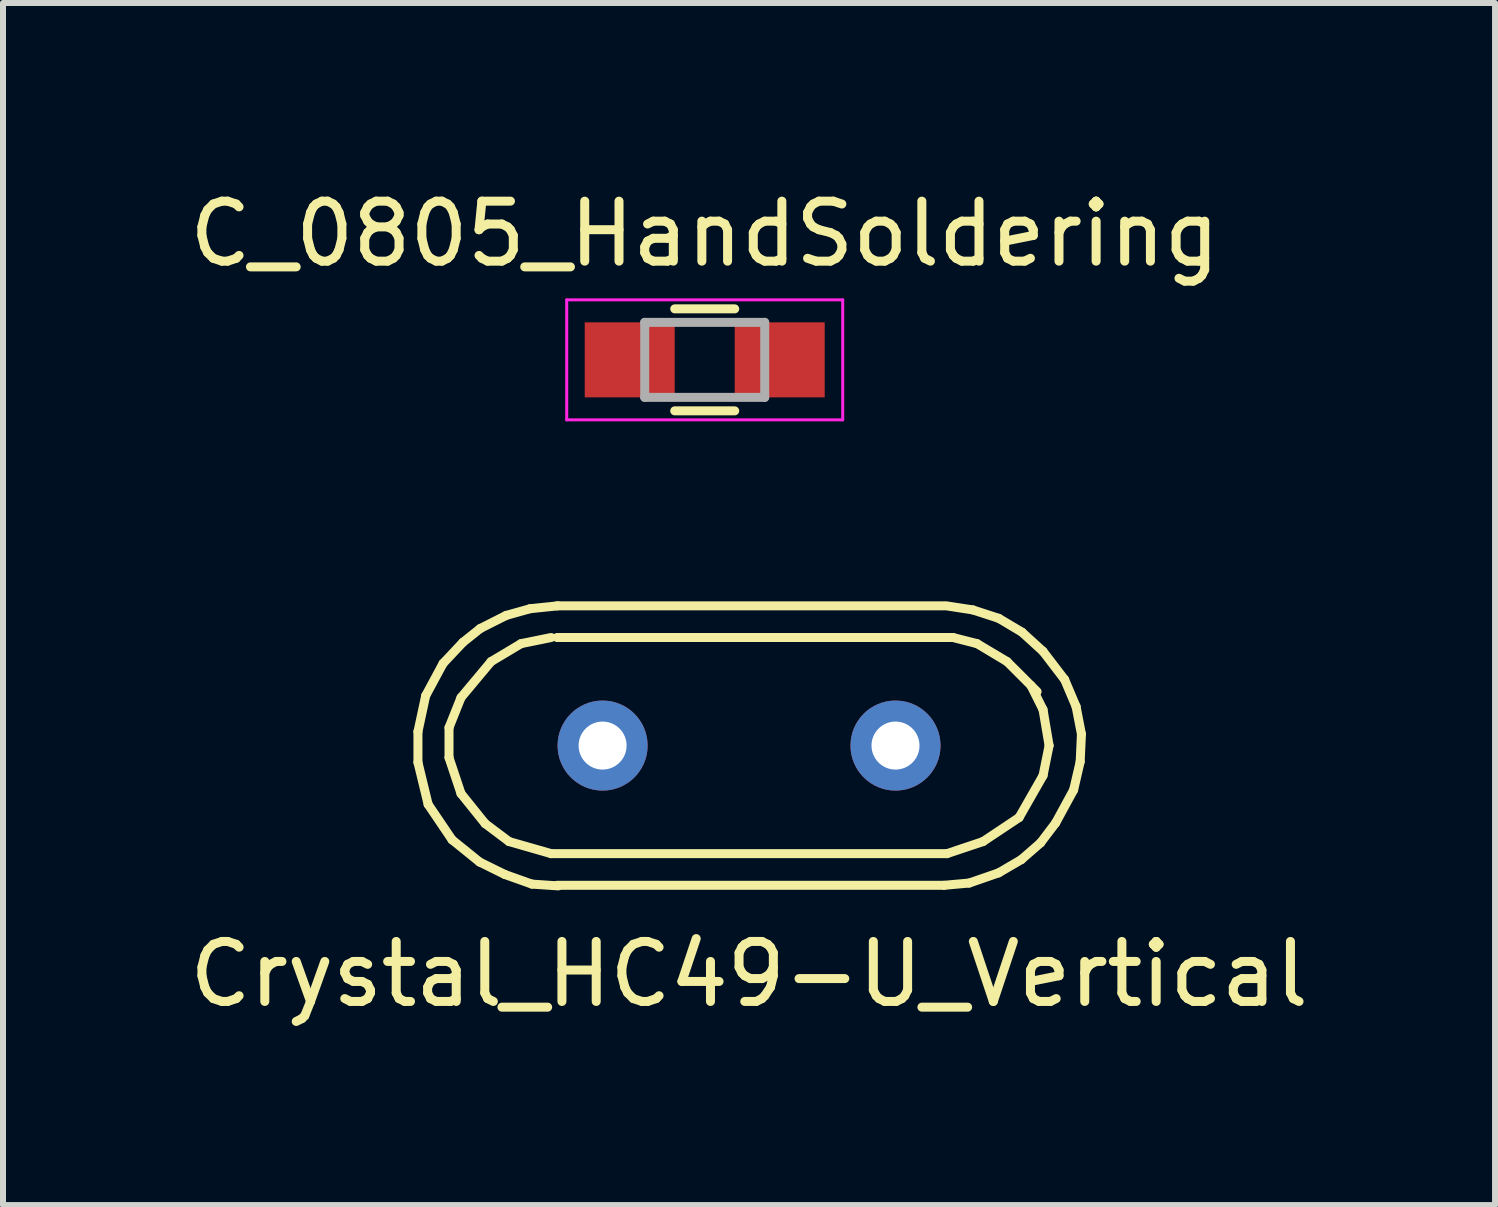
<source format=kicad_pcb>
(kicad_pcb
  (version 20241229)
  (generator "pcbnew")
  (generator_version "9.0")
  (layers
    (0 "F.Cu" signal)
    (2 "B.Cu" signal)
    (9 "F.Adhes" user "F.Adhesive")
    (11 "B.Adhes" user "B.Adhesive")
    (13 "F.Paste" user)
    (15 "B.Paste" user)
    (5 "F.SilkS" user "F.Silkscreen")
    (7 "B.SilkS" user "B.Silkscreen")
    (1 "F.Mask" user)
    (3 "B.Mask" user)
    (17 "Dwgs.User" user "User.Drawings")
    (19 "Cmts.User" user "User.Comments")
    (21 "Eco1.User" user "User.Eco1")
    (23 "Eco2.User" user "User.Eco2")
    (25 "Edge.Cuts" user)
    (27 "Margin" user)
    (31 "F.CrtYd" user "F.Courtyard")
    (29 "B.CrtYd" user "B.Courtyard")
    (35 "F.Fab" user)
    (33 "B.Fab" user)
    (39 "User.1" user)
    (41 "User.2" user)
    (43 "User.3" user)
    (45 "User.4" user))
  (footprint "Crystal_HC49-U_Vertical"
    (layer "F.Cu")
    (at 9.435 9.377)
    (property "Reference" "Crystal_HC49-U_Vertical" (at 0 3.81 0) (layer "F.SilkS") (effects (font (size 1 1) (thickness 0.15))))
    (attr through_hole)
    (fp_line (start -5.519 -0.231) (end -5.519 0.279) (stroke (width 0.15) (type solid)) (layer "F.SilkS"))
    (fp_line (start -5.519 0.279) (end -5.349 0.98) (stroke (width 0.15) (type solid)) (layer "F.SilkS"))
    (fp_line (start -5.39 -0.831) (end -5.519 -0.231) (stroke (width 0.15) (type solid)) (layer "F.SilkS"))
    (fp_line (start -5.349 0.98) (end -4.95 1.57) (stroke (width 0.15) (type solid)) (layer "F.SilkS"))
    (fp_line (start -5.1 -1.369) (end -5.39 -0.831) (stroke (width 0.15) (type solid)) (layer "F.SilkS"))
    (fp_line (start -5.001 -0.3) (end -4.801 -0.8) (stroke (width 0.15) (type solid)) (layer "F.SilkS"))
    (fp_line (start -5.001 0.201) (end -5.001 -0.3) (stroke (width 0.15) (type solid)) (layer "F.SilkS"))
    (fp_line (start -4.95 1.57) (end -4.491 1.941) (stroke (width 0.15) (type solid)) (layer "F.SilkS"))
    (fp_line (start -4.801 -0.8) (end -4.3 -1.4) (stroke (width 0.15) (type solid)) (layer "F.SilkS"))
    (fp_line (start -4.801 0.8) (end -5.001 0.201) (stroke (width 0.15) (type solid)) (layer "F.SilkS"))
    (fp_line (start -4.77 -1.72) (end -5.1 -1.369) (stroke (width 0.15) (type solid)) (layer "F.SilkS"))
    (fp_line (start -4.491 1.941) (end -4.069 2.149) (stroke (width 0.15) (type solid)) (layer "F.SilkS"))
    (fp_line (start -4.481 -1.951) (end -4.77 -1.72) (stroke (width 0.15) (type solid)) (layer "F.SilkS"))
    (fp_line (start -4.399 1.3) (end -4.801 0.8) (stroke (width 0.15) (type solid)) (layer "F.SilkS"))
    (fp_line (start -4.3 -1.4) (end -3.8 -1.699) (stroke (width 0.15) (type solid)) (layer "F.SilkS"))
    (fp_line (start -4.069 2.149) (end -3.619 2.309) (stroke (width 0.15) (type solid)) (layer "F.SilkS"))
    (fp_line (start -4.049 -2.169) (end -4.481 -1.951) (stroke (width 0.15) (type solid)) (layer "F.SilkS"))
    (fp_line (start -4 1.6) (end -4.399 1.3) (stroke (width 0.15) (type solid)) (layer "F.SilkS"))
    (fp_line (start -3.8 -1.699) (end -3.299 -1.801) (stroke (width 0.15) (type solid)) (layer "F.SilkS"))
    (fp_line (start -3.65 -2.281) (end -4.049 -2.169) (stroke (width 0.15) (type solid)) (layer "F.SilkS"))
    (fp_line (start -3.619 2.309) (end -3.18 2.339) (stroke (width 0.15) (type solid)) (layer "F.SilkS"))
    (fp_line (start -3.299 1.801) (end -4 1.6) (stroke (width 0.15) (type solid)) (layer "F.SilkS"))
    (fp_line (start -3.2 -2.329) (end 3.251 -2.329) (stroke (width 0.15) (type solid)) (layer "F.SilkS"))
    (fp_line (start -3.2 -1.801) (end 3.401 -1.801) (stroke (width 0.15) (type solid)) (layer "F.SilkS"))
    (fp_line (start -3.2 2.329) (end 3.251 2.329) (stroke (width 0.15) (type solid)) (layer "F.SilkS"))
    (fp_line (start -3.19 -2.329) (end -3.65 -2.281) (stroke (width 0.15) (type solid)) (layer "F.SilkS"))
    (fp_line (start 3.251 2.329) (end 3.67 2.291) (stroke (width 0.15) (type solid)) (layer "F.SilkS"))
    (fp_line (start 3.299 1.801) (end -3.299 1.801) (stroke (width 0.15) (type solid)) (layer "F.SilkS"))
    (fp_line (start 3.401 -1.801) (end 3.8 -1.699) (stroke (width 0.15) (type solid)) (layer "F.SilkS"))
    (fp_line (start 3.67 2.291) (end 4.161 2.121) (stroke (width 0.15) (type solid)) (layer "F.SilkS"))
    (fp_line (start 3.731 -2.261) (end 3.289 -2.329) (stroke (width 0.15) (type solid)) (layer "F.SilkS"))
    (fp_line (start 3.8 -1.699) (end 4.3 -1.4) (stroke (width 0.15) (type solid)) (layer "F.SilkS"))
    (fp_line (start 3.899 1.6) (end 3.299 1.801) (stroke (width 0.15) (type solid)) (layer "F.SilkS"))
    (fp_line (start 4.161 -2.121) (end 3.731 -2.261) (stroke (width 0.15) (type solid)) (layer "F.SilkS"))
    (fp_line (start 4.161 2.121) (end 4.539 1.9) (stroke (width 0.15) (type solid)) (layer "F.SilkS"))
    (fp_line (start 4.3 -1.4) (end 4.801 -0.899) (stroke (width 0.15) (type solid)) (layer "F.SilkS"))
    (fp_line (start 4.501 1.199) (end 3.899 1.6) (stroke (width 0.15) (type solid)) (layer "F.SilkS"))
    (fp_line (start 4.539 1.9) (end 4.859 1.621) (stroke (width 0.15) (type solid)) (layer "F.SilkS"))
    (fp_line (start 4.549 -1.89) (end 4.161 -2.121) (stroke (width 0.15) (type solid)) (layer "F.SilkS"))
    (fp_line (start 4.699 -1.001) (end 4.9 -0.599) (stroke (width 0.15) (type solid)) (layer "F.SilkS"))
    (fp_line (start 4.859 1.621) (end 5.11 1.29) (stroke (width 0.15) (type solid)) (layer "F.SilkS"))
    (fp_line (start 4.9 -1.57) (end 4.549 -1.89) (stroke (width 0.15) (type solid)) (layer "F.SilkS"))
    (fp_line (start 4.9 -0.599) (end 5.001 0) (stroke (width 0.15) (type solid)) (layer "F.SilkS"))
    (fp_line (start 4.9 0.5) (end 4.501 1.199) (stroke (width 0.15) (type solid)) (layer "F.SilkS"))
    (fp_line (start 5.001 0) (end 4.9 0.5) (stroke (width 0.15) (type solid)) (layer "F.SilkS"))
    (fp_line (start 5.11 1.29) (end 5.41 0.739) (stroke (width 0.15) (type solid)) (layer "F.SilkS"))
    (fp_line (start 5.26 -1.1) (end 4.9 -1.57) (stroke (width 0.15) (type solid)) (layer "F.SilkS"))
    (fp_line (start 5.41 0.739) (end 5.519 0.269) (stroke (width 0.15) (type solid)) (layer "F.SilkS"))
    (fp_line (start 5.451 -0.65) (end 5.26 -1.1) (stroke (width 0.15) (type solid)) (layer "F.SilkS"))
    (fp_line (start 5.519 0.269) (end 5.54 -0.191) (stroke (width 0.15) (type solid)) (layer "F.SilkS"))
    (fp_line (start 5.54 -0.191) (end 5.451 -0.65) (stroke (width 0.15) (type solid)) (layer "F.SilkS"))
    (pad "1" thru_hole circle (at -2.441 0) (size 1.501 1.501) (drill 0.8) (layers "*.Cu" "*.Mask"))
    (pad "2" thru_hole circle (at 2.441 0) (size 1.501 1.501) (drill 0.8) (layers "*.Cu" "*.Mask")))
  (footprint "C_0805_HandSoldering"
    (layer "F.Cu")
    (at 8.696 2.948)
    (property "Reference" "C_0805_HandSoldering" (at 0 -2.1 0) (layer "F.SilkS") (effects (font (size 1 1) (thickness 0.15))))
    (attr smd)
    (fp_line (start -0.5 0.85) (end 0.5 0.85) (stroke (width 0.15) (type solid)) (layer "F.SilkS"))
    (fp_line (start 0.5 -0.85) (end -0.5 -0.85) (stroke (width 0.15) (type solid)) (layer "F.SilkS"))
    (fp_line (start -2.3 -1) (end -2.3 1) (stroke (width 0.05) (type solid)) (layer "F.CrtYd"))
    (fp_line (start -2.3 -1) (end 2.3 -1) (stroke (width 0.05) (type solid)) (layer "F.CrtYd"))
    (fp_line (start -2.3 1) (end 2.3 1) (stroke (width 0.05) (type solid)) (layer "F.CrtYd"))
    (fp_line (start 2.3 -1) (end 2.3 1) (stroke (width 0.05) (type solid)) (layer "F.CrtYd"))
    (fp_line (start -1 -0.625) (end 1 -0.625) (stroke (width 0.15) (type solid)) (layer "F.Fab"))
    (fp_line (start -1 0.625) (end -1 -0.625) (stroke (width 0.15) (type solid)) (layer "F.Fab"))
    (fp_line (start 1 -0.625) (end 1 0.625) (stroke (width 0.15) (type solid)) (layer "F.Fab"))
    (fp_line (start 1 0.625) (end -1 0.625) (stroke (width 0.15) (type solid)) (layer "F.Fab"))
    (pad "1" smd rect (at -1.25 0) (size 1.5 1.25) (layers "F.Cu" "F.Mask" "F.Paste"))
    (pad "2" smd rect (at 1.25 0) (size 1.5 1.25) (layers "F.Cu" "F.Mask" "F.Paste")))
  (gr_rect
    (start -3 -3)
    (end 21.869 17.036)
    (stroke (width 0.1) (type default))
    (fill no)
    (layer "Edge.Cuts")))
</source>
